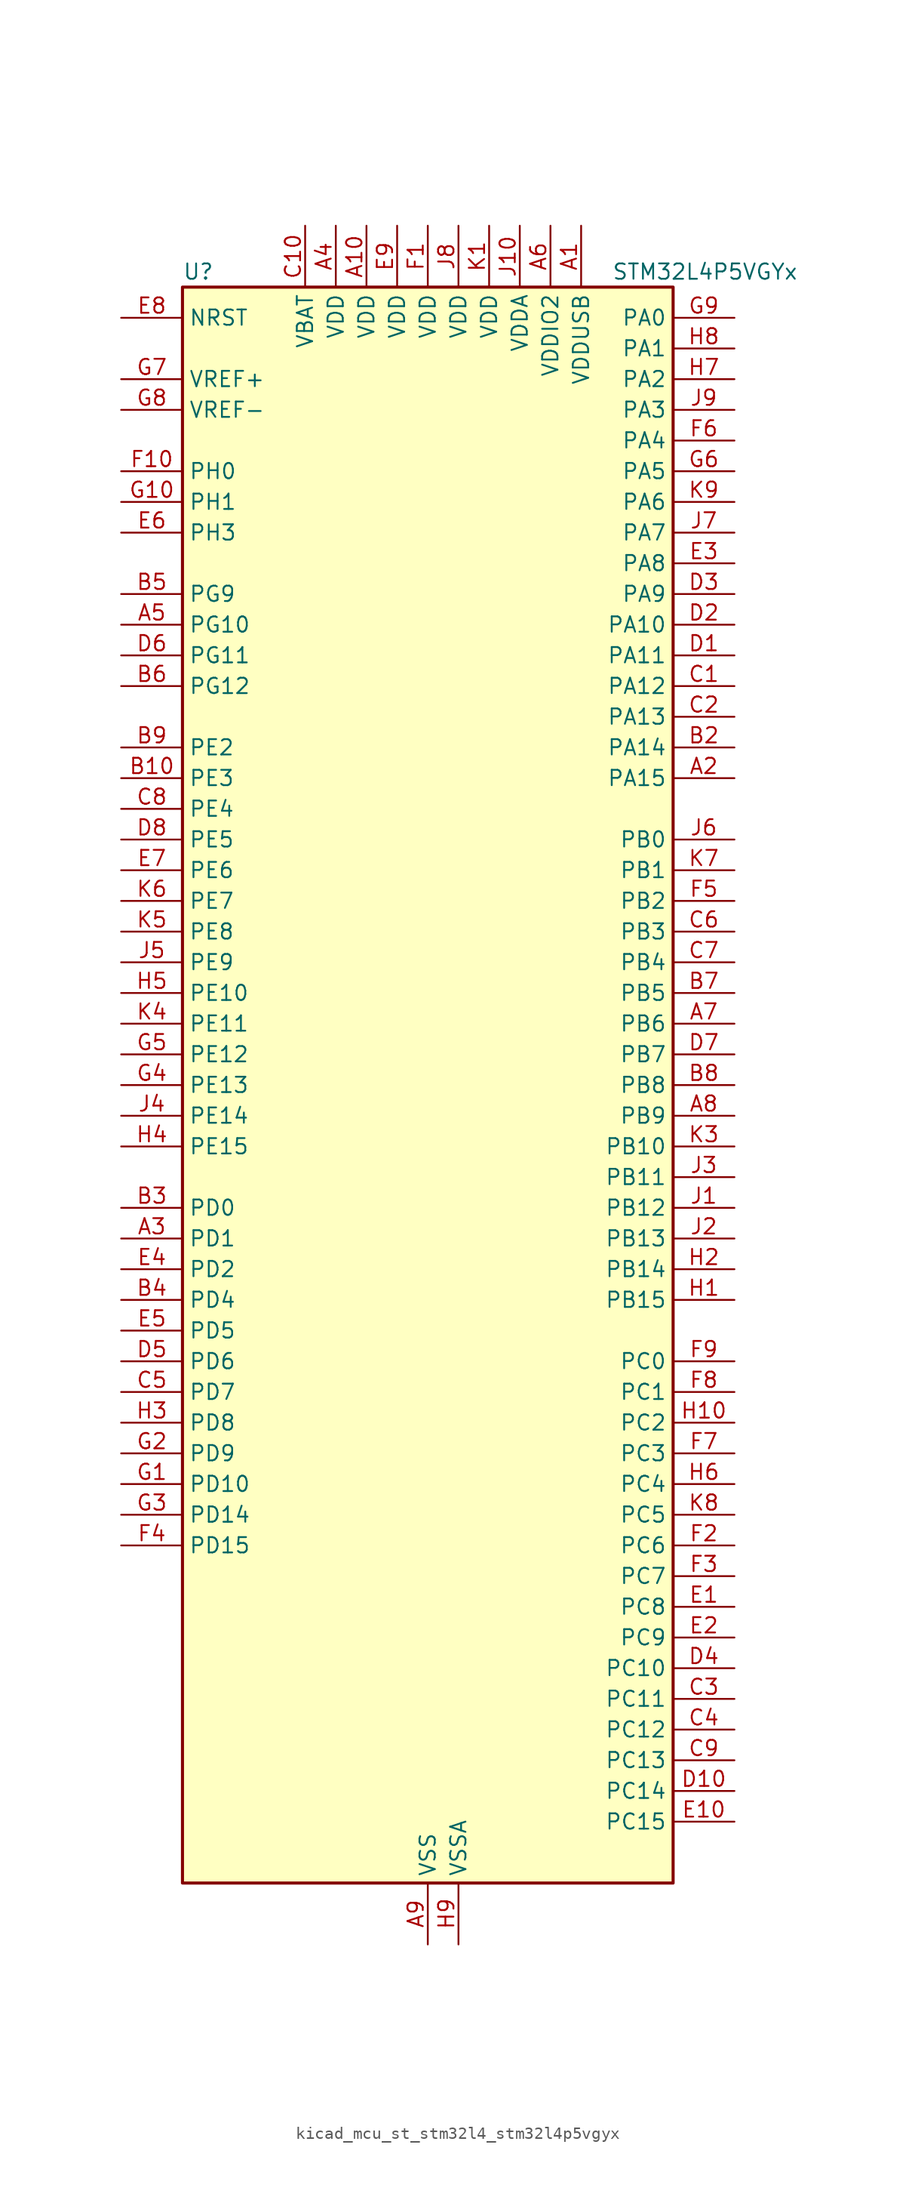
<source format=kicad_sym>
(kicad_symbol_lib
  (version 20220914)
  (generator kicad_symbol_editor)
  (symbol "kicad_mcu_st_stm32l4_stm32l4p5vgyx"
    (property "Reference" "U"
      (at -20.32 67.31 0)
      (effects (font (size 1.27 1.27)) (justify left)))
    (property "Value" "STM32L4P5VGYx"
      (at 15.24 67.31 0)
      (effects (font (size 1.27 1.27)) (justify left)))
    (property "ki_locked" ""
      (at 0 0 0)
      (effects (font (size 1.27 1.27))))
    (symbol "kicad_mcu_st_stm32l4_stm32l4p5vgyx_0_1"
      (rectangle (start -20.32 -66.04) (end 20.32 66.04) (stroke (width 0.254) (type default)) (fill (type background))))
    (symbol "kicad_mcu_st_stm32l4_stm32l4p5vgyx_1_1"
      (pin power_in line (at 12.7 71.12 270) (length 5.08) (name "VDDUSB" (effects (font (size 1.27 1.27)))) (number "A1" (effects (font (size 1.27 1.27)))))
      (pin power_in line (at -5.08 71.12 270) (length 5.08) (name "VDD" (effects (font (size 1.27 1.27)))) (number "A10" (effects (font (size 1.27 1.27)))))
      (pin bidirectional line (at 25.4 25.4 180) (length 5.08) (name "PA15" (effects (font (size 1.27 1.27)))) (number "A2" (effects (font (size 1.27 1.27)))) (alternate "ADC1_EXTI15" bidirectional line) (alternate "ADC2_EXTI15" bidirectional line) (alternate "LTDC_HSYNC" bidirectional line) (alternate "SAI2_FS_B" bidirectional line) (alternate "SPI1_NSS" bidirectional line) (alternate "SPI3_NSS" bidirectional line) (alternate "SYS_JTDI" bidirectional line) (alternate "TIM2_CH1" bidirectional line) (alternate "TIM2_ETR" bidirectional line) (alternate "TSC_G3_IO1" bidirectional line) (alternate "UART4_DE" bidirectional line) (alternate "UART4_RTS" bidirectional line) (alternate "USART2_RX" bidirectional line) (alternate "USART3_DE" bidirectional line) (alternate "USART3_RTS" bidirectional line))
      (pin bidirectional line (at -25.4 -12.7 0) (length 5.08) (name "PD1" (effects (font (size 1.27 1.27)))) (number "A3" (effects (font (size 1.27 1.27)))) (alternate "CAN1_TX" bidirectional line) (alternate "FMC_D3" bidirectional line) (alternate "FMC_DA3" bidirectional line) (alternate "LTDC_B5" bidirectional line) (alternate "SPI2_SCK" bidirectional line))
      (pin power_in line (at -7.62 71.12 270) (length 5.08) (name "VDD" (effects (font (size 1.27 1.27)))) (number "A4" (effects (font (size 1.27 1.27)))))
      (pin bidirectional line (at -25.4 38.1 0) (length 5.08) (name "PG10" (effects (font (size 1.27 1.27)))) (number "A5" (effects (font (size 1.27 1.27)))) (alternate "FMC_NE3" bidirectional line) (alternate "LPTIM1_IN1" bidirectional line) (alternate "OCTOSPIM_P2_IO7" bidirectional line) (alternate "SAI2_FS_A" bidirectional line) (alternate "SDMMC2_D1" bidirectional line) (alternate "SPI3_MISO" bidirectional line) (alternate "TIM15_CH1" bidirectional line) (alternate "USART1_RX" bidirectional line))
      (pin power_in line (at 10.16 71.12 270) (length 5.08) (name "VDDIO2" (effects (font (size 1.27 1.27)))) (number "A6" (effects (font (size 1.27 1.27)))))
      (pin bidirectional line (at 25.4 5.08 180) (length 5.08) (name "PB6" (effects (font (size 1.27 1.27)))) (number "A7" (effects (font (size 1.27 1.27)))) (alternate "COMP2_INP" bidirectional line) (alternate "DCMI_D5" bidirectional line) (alternate "I2C1_SCL" bidirectional line) (alternate "I2C4_SCL" bidirectional line) (alternate "LPTIM1_ETR" bidirectional line) (alternate "LTDC_R6" bidirectional line) (alternate "PSSI_D5" bidirectional line) (alternate "SAI1_FS_B" bidirectional line) (alternate "TIM16_CH1N" bidirectional line) (alternate "TIM4_CH1" bidirectional line) (alternate "TIM8_BKIN2" bidirectional line) (alternate "TSC_G2_IO3" bidirectional line) (alternate "USART1_TX" bidirectional line))
      (pin bidirectional line (at 25.4 -2.54 180) (length 5.08) (name "PB9" (effects (font (size 1.27 1.27)))) (number "A8" (effects (font (size 1.27 1.27)))) (alternate "CAN1_TX" bidirectional line) (alternate "DAC1_EXTI9" bidirectional line) (alternate "DCMI_D7" bidirectional line) (alternate "I2C1_SDA" bidirectional line) (alternate "IR_OUT" bidirectional line) (alternate "PSSI_D7" bidirectional line) (alternate "SAI1_D2" bidirectional line) (alternate "SAI1_FS_A" bidirectional line) (alternate "SDMMC1_CDIR" bidirectional line) (alternate "SDMMC1_D5" bidirectional line) (alternate "SDMMC2_D5" bidirectional line) (alternate "SPI2_NSS" bidirectional line) (alternate "TIM17_CH1" bidirectional line) (alternate "TIM4_CH4" bidirectional line))
      (pin power_in line (at 0 -71.12 90) (length 5.08) (name "VSS" (effects (font (size 1.27 1.27)))) (number "A9" (effects (font (size 1.27 1.27)))))
      (pin passive line (at 0 -71.12 90) (length 5.08) hide (name "VSS" (effects (font (size 1.27 1.27)))) (number "B1" (effects (font (size 1.27 1.27)))))
      (pin bidirectional line (at -25.4 25.4 0) (length 5.08) (name "PE3" (effects (font (size 1.27 1.27)))) (number "B10" (effects (font (size 1.27 1.27)))) (alternate "FMC_A19" bidirectional line) (alternate "LTDC_R6" bidirectional line) (alternate "OCTOSPIM_P1_DQS" bidirectional line) (alternate "SAI1_SD_B" bidirectional line) (alternate "SYS_TRACED0" bidirectional line) (alternate "TIM3_CH1" bidirectional line) (alternate "TSC_G7_IO2" bidirectional line))
      (pin bidirectional line (at 25.4 27.94 180) (length 5.08) (name "PA14" (effects (font (size 1.27 1.27)))) (number "B2" (effects (font (size 1.27 1.27)))) (alternate "I2C1_SMBA" bidirectional line) (alternate "I2C4_SMBA" bidirectional line) (alternate "LPTIM1_OUT" bidirectional line) (alternate "SAI1_FS_B" bidirectional line) (alternate "SYS_JTCK-SWCLK" bidirectional line) (alternate "USB_OTG_FS_SOF" bidirectional line))
      (pin bidirectional line (at -25.4 -10.16 0) (length 5.08) (name "PD0" (effects (font (size 1.27 1.27)))) (number "B3" (effects (font (size 1.27 1.27)))) (alternate "CAN1_RX" bidirectional line) (alternate "FMC_D2" bidirectional line) (alternate "FMC_DA2" bidirectional line) (alternate "LTDC_B4" bidirectional line) (alternate "SPI2_NSS" bidirectional line))
      (pin bidirectional line (at -25.4 -17.78 0) (length 5.08) (name "PD4" (effects (font (size 1.27 1.27)))) (number "B4" (effects (font (size 1.27 1.27)))) (alternate "DFSDM1_CKIN0" bidirectional line) (alternate "FMC_NOE" bidirectional line) (alternate "OCTOSPIM_P1_IO4" bidirectional line) (alternate "SDMMC2_CKIN" bidirectional line) (alternate "SPI2_MOSI" bidirectional line) (alternate "USART2_DE" bidirectional line) (alternate "USART2_RTS" bidirectional line))
      (pin bidirectional line (at -25.4 40.64 0) (length 5.08) (name "PG9" (effects (font (size 1.27 1.27)))) (number "B5" (effects (font (size 1.27 1.27)))) (alternate "DAC1_EXTI9" bidirectional line) (alternate "FMC_NCE" bidirectional line) (alternate "FMC_NE2" bidirectional line) (alternate "OCTOSPIM_P2_IO6" bidirectional line) (alternate "SAI2_SCK_A" bidirectional line) (alternate "SDMMC2_D0" bidirectional line) (alternate "SPI3_SCK" bidirectional line) (alternate "TIM15_CH1N" bidirectional line) (alternate "USART1_TX" bidirectional line))
      (pin bidirectional line (at -25.4 33.02 0) (length 5.08) (name "PG12" (effects (font (size 1.27 1.27)))) (number "B6" (effects (font (size 1.27 1.27)))) (alternate "FMC_NE4" bidirectional line) (alternate "LPTIM1_ETR" bidirectional line) (alternate "OCTOSPIM_P2_NCS" bidirectional line) (alternate "SAI2_SD_A" bidirectional line) (alternate "SDMMC2_D3" bidirectional line) (alternate "SPI3_NSS" bidirectional line) (alternate "USART1_DE" bidirectional line) (alternate "USART1_RTS" bidirectional line))
      (pin bidirectional line (at 25.4 7.62 180) (length 5.08) (name "PB5" (effects (font (size 1.27 1.27)))) (number "B7" (effects (font (size 1.27 1.27)))) (alternate "COMP2_OUT" bidirectional line) (alternate "DCMI_D10" bidirectional line) (alternate "I2C1_SMBA" bidirectional line) (alternate "LPTIM1_IN1" bidirectional line) (alternate "OCTOSPIM_P1_IO0" bidirectional line) (alternate "PSSI_D10" bidirectional line) (alternate "SAI1_SD_B" bidirectional line) (alternate "SPI1_MOSI" bidirectional line) (alternate "SPI3_MOSI" bidirectional line) (alternate "TIM16_BKIN" bidirectional line) (alternate "TIM3_CH2" bidirectional line) (alternate "TSC_G2_IO2" bidirectional line) (alternate "UART5_CTS" bidirectional line) (alternate "USART1_CK" bidirectional line))
      (pin bidirectional line (at 25.4 0 180) (length 5.08) (name "PB8" (effects (font (size 1.27 1.27)))) (number "B8" (effects (font (size 1.27 1.27)))) (alternate "CAN1_RX" bidirectional line) (alternate "DCMI_D6" bidirectional line) (alternate "DFSDM1_CKOUT" bidirectional line) (alternate "I2C1_SCL" bidirectional line) (alternate "LTDC_DE" bidirectional line) (alternate "PSSI_D6" bidirectional line) (alternate "SAI1_CK1" bidirectional line) (alternate "SAI1_MCLK_A" bidirectional line) (alternate "SDMMC1_CKIN" bidirectional line) (alternate "SDMMC1_D4" bidirectional line) (alternate "SDMMC2_D4" bidirectional line) (alternate "TIM16_CH1" bidirectional line) (alternate "TIM4_CH3" bidirectional line))
      (pin bidirectional line (at -25.4 27.94 0) (length 5.08) (name "PE2" (effects (font (size 1.27 1.27)))) (number "B9" (effects (font (size 1.27 1.27)))) (alternate "FMC_A23" bidirectional line) (alternate "LTDC_R7" bidirectional line) (alternate "SAI1_CK1" bidirectional line) (alternate "SAI1_MCLK_A" bidirectional line) (alternate "SYS_TRACECLK" bidirectional line) (alternate "TIM3_ETR" bidirectional line) (alternate "TSC_G7_IO1" bidirectional line))
      (pin bidirectional line (at 25.4 33.02 180) (length 5.08) (name "PA12" (effects (font (size 1.27 1.27)))) (number "C1" (effects (font (size 1.27 1.27)))) (alternate "CAN1_TX" bidirectional line) (alternate "LTDC_VSYNC" bidirectional line) (alternate "OCTOSPIM_P2_NCS" bidirectional line) (alternate "SPI1_MOSI" bidirectional line) (alternate "TIM1_ETR" bidirectional line) (alternate "USART1_DE" bidirectional line) (alternate "USART1_RTS" bidirectional line) (alternate "USB_OTG_FS_DP" bidirectional line))
      (pin power_in line (at -10.16 71.12 270) (length 5.08) (name "VBAT" (effects (font (size 1.27 1.27)))) (number "C10" (effects (font (size 1.27 1.27)))))
      (pin bidirectional line (at 25.4 30.48 180) (length 5.08) (name "PA13" (effects (font (size 1.27 1.27)))) (number "C2" (effects (font (size 1.27 1.27)))) (alternate "IR_OUT" bidirectional line) (alternate "SAI1_SD_B" bidirectional line) (alternate "SYS_JTMS-SWDIO" bidirectional line) (alternate "USB_OTG_FS_NOE" bidirectional line))
      (pin bidirectional line (at 25.4 -50.8 180) (length 5.08) (name "PC11" (effects (font (size 1.27 1.27)))) (number "C3" (effects (font (size 1.27 1.27)))) (alternate "ADC1_EXTI11" bidirectional line) (alternate "ADC2_EXTI11" bidirectional line) (alternate "DCMI_D2" bidirectional line) (alternate "DCMI_D4" bidirectional line) (alternate "OCTOSPIM_P1_NCS" bidirectional line) (alternate "PSSI_D2" bidirectional line) (alternate "PSSI_D4" bidirectional line) (alternate "SAI2_MCLK_B" bidirectional line) (alternate "SDMMC1_D3" bidirectional line) (alternate "SPI3_MISO" bidirectional line) (alternate "TSC_G3_IO3" bidirectional line) (alternate "UART4_RX" bidirectional line) (alternate "USART3_RX" bidirectional line))
      (pin bidirectional line (at 25.4 -53.34 180) (length 5.08) (name "PC12" (effects (font (size 1.27 1.27)))) (number "C4" (effects (font (size 1.27 1.27)))) (alternate "DCMI_D9" bidirectional line) (alternate "LTDC_R6" bidirectional line) (alternate "PSSI_D9" bidirectional line) (alternate "SAI2_SD_B" bidirectional line) (alternate "SDMMC1_CK" bidirectional line) (alternate "SPI3_MOSI" bidirectional line) (alternate "SYS_TRACED3" bidirectional line) (alternate "TSC_G3_IO4" bidirectional line) (alternate "UART5_TX" bidirectional line) (alternate "USART3_CK" bidirectional line))
      (pin bidirectional line (at -25.4 -25.4 0) (length 5.08) (name "PD7" (effects (font (size 1.27 1.27)))) (number "C5" (effects (font (size 1.27 1.27)))) (alternate "DFSDM1_CKIN1" bidirectional line) (alternate "FMC_NCE" bidirectional line) (alternate "FMC_NE1" bidirectional line) (alternate "OCTOSPIM_P1_IO7" bidirectional line) (alternate "SDMMC2_CMD" bidirectional line) (alternate "USART2_CK" bidirectional line))
      (pin bidirectional line (at 25.4 12.7 180) (length 5.08) (name "PB3" (effects (font (size 1.27 1.27)))) (number "C6" (effects (font (size 1.27 1.27)))) (alternate "COMP2_INM" bidirectional line) (alternate "CRS_SYNC" bidirectional line) (alternate "OCTOSPIM_P1_IO4" bidirectional line) (alternate "SAI1_SCK_B" bidirectional line) (alternate "SDMMC2_D2" bidirectional line) (alternate "SPI1_SCK" bidirectional line) (alternate "SPI3_SCK" bidirectional line) (alternate "SYS_JTDO-SWO" bidirectional line) (alternate "TIM2_CH2" bidirectional line) (alternate "USART1_DE" bidirectional line) (alternate "USART1_RTS" bidirectional line))
      (pin bidirectional line (at 25.4 10.16 180) (length 5.08) (name "PB4" (effects (font (size 1.27 1.27)))) (number "C7" (effects (font (size 1.27 1.27)))) (alternate "COMP2_INP" bidirectional line) (alternate "DCMI_D12" bidirectional line) (alternate "I2C3_SDA" bidirectional line) (alternate "OCTOSPIM_P1_IO5" bidirectional line) (alternate "PSSI_D12" bidirectional line) (alternate "SAI1_MCLK_B" bidirectional line) (alternate "SDMMC2_D3" bidirectional line) (alternate "SPI1_MISO" bidirectional line) (alternate "SPI3_MISO" bidirectional line) (alternate "SYS_JTRST" bidirectional line) (alternate "TIM17_BKIN" bidirectional line) (alternate "TIM3_CH1" bidirectional line) (alternate "TSC_G2_IO1" bidirectional line) (alternate "UART5_DE" bidirectional line) (alternate "UART5_RTS" bidirectional line) (alternate "USART1_CTS" bidirectional line) (alternate "USART1_NSS" bidirectional line))
      (pin bidirectional line (at -25.4 22.86 0) (length 5.08) (name "PE4" (effects (font (size 1.27 1.27)))) (number "C8" (effects (font (size 1.27 1.27)))) (alternate "DCMI_D4" bidirectional line) (alternate "DFSDM1_DATIN3" bidirectional line) (alternate "FMC_A20" bidirectional line) (alternate "LTDC_B7" bidirectional line) (alternate "PSSI_D4" bidirectional line) (alternate "SAI1_D2" bidirectional line) (alternate "SAI1_FS_A" bidirectional line) (alternate "SYS_TRACED1" bidirectional line) (alternate "TIM3_CH2" bidirectional line) (alternate "TSC_G7_IO3" bidirectional line))
      (pin bidirectional line (at 25.4 -55.88 180) (length 5.08) (name "PC13" (effects (font (size 1.27 1.27)))) (number "C9" (effects (font (size 1.27 1.27)))) (alternate "RTC_OUT1" bidirectional line) (alternate "RTC_TAMP1" bidirectional line) (alternate "RTC_TS" bidirectional line) (alternate "SYS_WKUP2" bidirectional line))
      (pin bidirectional line (at 25.4 35.56 180) (length 5.08) (name "PA11" (effects (font (size 1.27 1.27)))) (number "D1" (effects (font (size 1.27 1.27)))) (alternate "ADC1_EXTI11" bidirectional line) (alternate "ADC2_EXTI11" bidirectional line) (alternate "CAN1_RX" bidirectional line) (alternate "LTDC_DE" bidirectional line) (alternate "SPI1_MISO" bidirectional line) (alternate "TIM1_BKIN2" bidirectional line) (alternate "TIM1_CH4" bidirectional line) (alternate "USART1_CTS" bidirectional line) (alternate "USART1_NSS" bidirectional line) (alternate "USB_OTG_FS_DM" bidirectional line))
      (pin bidirectional line (at 25.4 -58.42 180) (length 5.08) (name "PC14" (effects (font (size 1.27 1.27)))) (number "D10" (effects (font (size 1.27 1.27)))) (alternate "RCC_OSC32_IN" bidirectional line))
      (pin bidirectional line (at 25.4 38.1 180) (length 5.08) (name "PA10" (effects (font (size 1.27 1.27)))) (number "D2" (effects (font (size 1.27 1.27)))) (alternate "DCMI_D1" bidirectional line) (alternate "LTDC_G6" bidirectional line) (alternate "PSSI_D1" bidirectional line) (alternate "SAI1_D1" bidirectional line) (alternate "SAI1_SD_A" bidirectional line) (alternate "TIM17_BKIN" bidirectional line) (alternate "TIM1_CH3" bidirectional line) (alternate "USART1_RX" bidirectional line) (alternate "USB_OTG_FS_ID" bidirectional line))
      (pin bidirectional line (at 25.4 40.64 180) (length 5.08) (name "PA9" (effects (font (size 1.27 1.27)))) (number "D3" (effects (font (size 1.27 1.27)))) (alternate "DAC1_EXTI9" bidirectional line) (alternate "DCMI_D0" bidirectional line) (alternate "LTDC_G7" bidirectional line) (alternate "PSSI_D0" bidirectional line) (alternate "SAI1_FS_A" bidirectional line) (alternate "SPI2_SCK" bidirectional line) (alternate "TIM15_BKIN" bidirectional line) (alternate "TIM1_CH2" bidirectional line) (alternate "USART1_TX" bidirectional line) (alternate "USB_OTG_FS_VBUS" bidirectional line))
      (pin bidirectional line (at 25.4 -48.26 180) (length 5.08) (name "PC10" (effects (font (size 1.27 1.27)))) (number "D4" (effects (font (size 1.27 1.27)))) (alternate "DCMI_D8" bidirectional line) (alternate "DCMI_VSYNC" bidirectional line) (alternate "PSSI_D8" bidirectional line) (alternate "PSSI_RDY" bidirectional line) (alternate "SAI2_SCK_B" bidirectional line) (alternate "SDMMC1_D2" bidirectional line) (alternate "SPI3_SCK" bidirectional line) (alternate "SYS_TRACED1" bidirectional line) (alternate "TSC_G3_IO2" bidirectional line) (alternate "UART4_TX" bidirectional line) (alternate "USART3_TX" bidirectional line))
      (pin bidirectional line (at -25.4 -22.86 0) (length 5.08) (name "PD6" (effects (font (size 1.27 1.27)))) (number "D5" (effects (font (size 1.27 1.27)))) (alternate "DCMI_D10" bidirectional line) (alternate "DFSDM1_DATIN1" bidirectional line) (alternate "FMC_NWAIT" bidirectional line) (alternate "LTDC_DE" bidirectional line) (alternate "OCTOSPIM_P1_IO6" bidirectional line) (alternate "PSSI_D10" bidirectional line) (alternate "SAI1_D1" bidirectional line) (alternate "SAI1_SD_A" bidirectional line) (alternate "SDMMC2_CK" bidirectional line) (alternate "SPI3_MOSI" bidirectional line) (alternate "USART2_RX" bidirectional line))
      (pin bidirectional line (at -25.4 35.56 0) (length 5.08) (name "PG11" (effects (font (size 1.27 1.27)))) (number "D6" (effects (font (size 1.27 1.27)))) (alternate "ADC1_EXTI11" bidirectional line) (alternate "ADC2_EXTI11" bidirectional line) (alternate "LPTIM1_IN2" bidirectional line) (alternate "OCTOSPIM_P1_IO5" bidirectional line) (alternate "SAI2_MCLK_A" bidirectional line) (alternate "SDMMC2_D2" bidirectional line) (alternate "SPI3_MOSI" bidirectional line) (alternate "TIM15_CH2" bidirectional line) (alternate "USART1_CTS" bidirectional line) (alternate "USART1_NSS" bidirectional line))
      (pin bidirectional line (at 25.4 2.54 180) (length 5.08) (name "PB7" (effects (font (size 1.27 1.27)))) (number "D7" (effects (font (size 1.27 1.27)))) (alternate "COMP2_INM" bidirectional line) (alternate "DCMI_VSYNC" bidirectional line) (alternate "FMC_NL" bidirectional line) (alternate "I2C1_SDA" bidirectional line) (alternate "I2C4_SDA" bidirectional line) (alternate "LPTIM1_IN2" bidirectional line) (alternate "LTDC_VSYNC" bidirectional line) (alternate "PSSI_RDY" bidirectional line) (alternate "SYS_PVD_IN" bidirectional line) (alternate "TIM17_CH1N" bidirectional line) (alternate "TIM4_CH2" bidirectional line) (alternate "TIM8_BKIN" bidirectional line) (alternate "TSC_G2_IO4" bidirectional line) (alternate "UART4_CTS" bidirectional line) (alternate "USART1_RX" bidirectional line))
      (pin bidirectional line (at -25.4 20.32 0) (length 5.08) (name "PE5" (effects (font (size 1.27 1.27)))) (number "D8" (effects (font (size 1.27 1.27)))) (alternate "DCMI_D6" bidirectional line) (alternate "DFSDM1_CKIN3" bidirectional line) (alternate "FMC_A21" bidirectional line) (alternate "LTDC_G7" bidirectional line) (alternate "PSSI_D6" bidirectional line) (alternate "SAI1_CK2" bidirectional line) (alternate "SAI1_SCK_A" bidirectional line) (alternate "SYS_TRACED2" bidirectional line) (alternate "TIM3_CH3" bidirectional line) (alternate "TSC_G7_IO4" bidirectional line))
      (pin passive line (at 0 -71.12 90) (length 5.08) hide (name "VSS" (effects (font (size 1.27 1.27)))) (number "D9" (effects (font (size 1.27 1.27)))))
      (pin bidirectional line (at 25.4 -43.18 180) (length 5.08) (name "PC8" (effects (font (size 1.27 1.27)))) (number "E1" (effects (font (size 1.27 1.27)))) (alternate "DCMI_D2" bidirectional line) (alternate "PSSI_D2" bidirectional line) (alternate "SDMMC1_D0" bidirectional line) (alternate "TIM3_CH3" bidirectional line) (alternate "TIM8_CH3" bidirectional line) (alternate "TSC_G4_IO3" bidirectional line))
      (pin bidirectional line (at 25.4 -60.96 180) (length 5.08) (name "PC15" (effects (font (size 1.27 1.27)))) (number "E10" (effects (font (size 1.27 1.27)))) (alternate "ADC1_EXTI15" bidirectional line) (alternate "ADC2_EXTI15" bidirectional line) (alternate "RCC_OSC32_OUT" bidirectional line))
      (pin bidirectional line (at 25.4 -45.72 180) (length 5.08) (name "PC9" (effects (font (size 1.27 1.27)))) (number "E2" (effects (font (size 1.27 1.27)))) (alternate "DAC1_EXTI9" bidirectional line) (alternate "DCMI_D3" bidirectional line) (alternate "I2C3_SDA" bidirectional line) (alternate "PSSI_D3" bidirectional line) (alternate "SAI2_EXTCLK" bidirectional line) (alternate "SDMMC1_D1" bidirectional line) (alternate "SYS_TRACED0" bidirectional line) (alternate "TIM3_CH4" bidirectional line) (alternate "TIM8_BKIN2" bidirectional line) (alternate "TIM8_CH4" bidirectional line) (alternate "TSC_G4_IO4" bidirectional line) (alternate "USB_OTG_FS_NOE" bidirectional line))
      (pin bidirectional line (at 25.4 43.18 180) (length 5.08) (name "PA8" (effects (font (size 1.27 1.27)))) (number "E3" (effects (font (size 1.27 1.27)))) (alternate "LPTIM2_OUT" bidirectional line) (alternate "LTDC_B7" bidirectional line) (alternate "RCC_MCO" bidirectional line) (alternate "SAI1_CK2" bidirectional line) (alternate "SAI1_SCK_A" bidirectional line) (alternate "TIM1_CH1" bidirectional line) (alternate "USART1_CK" bidirectional line) (alternate "USB_OTG_FS_SOF" bidirectional line))
      (pin bidirectional line (at -25.4 -15.24 0) (length 5.08) (name "PD2" (effects (font (size 1.27 1.27)))) (number "E4" (effects (font (size 1.27 1.27)))) (alternate "DCMI_D11" bidirectional line) (alternate "PSSI_D11" bidirectional line) (alternate "SDMMC1_CMD" bidirectional line) (alternate "SYS_TRACED2" bidirectional line) (alternate "TIM3_ETR" bidirectional line) (alternate "TSC_SYNC" bidirectional line) (alternate "UART5_RX" bidirectional line) (alternate "USART3_DE" bidirectional line) (alternate "USART3_RTS" bidirectional line))
      (pin bidirectional line (at -25.4 -20.32 0) (length 5.08) (name "PD5" (effects (font (size 1.27 1.27)))) (number "E5" (effects (font (size 1.27 1.27)))) (alternate "FMC_NWE" bidirectional line) (alternate "OCTOSPIM_P1_IO5" bidirectional line) (alternate "USART2_TX" bidirectional line))
      (pin bidirectional line (at -25.4 45.72 0) (length 5.08) (name "PH3" (effects (font (size 1.27 1.27)))) (number "E6" (effects (font (size 1.27 1.27)))))
      (pin bidirectional line (at -25.4 17.78 0) (length 5.08) (name "PE6" (effects (font (size 1.27 1.27)))) (number "E7" (effects (font (size 1.27 1.27)))) (alternate "DCMI_D7" bidirectional line) (alternate "FMC_A22" bidirectional line) (alternate "LTDC_G6" bidirectional line) (alternate "PSSI_D7" bidirectional line) (alternate "RTC_TAMP3" bidirectional line) (alternate "SAI1_D1" bidirectional line) (alternate "SAI1_SD_A" bidirectional line) (alternate "SYS_TRACED3" bidirectional line) (alternate "SYS_WKUP3" bidirectional line) (alternate "TIM3_CH4" bidirectional line))
      (pin input line (at -25.4 63.5 0) (length 5.08) (name "NRST" (effects (font (size 1.27 1.27)))) (number "E8" (effects (font (size 1.27 1.27)))))
      (pin power_in line (at -2.54 71.12 270) (length 5.08) (name "VDD" (effects (font (size 1.27 1.27)))) (number "E9" (effects (font (size 1.27 1.27)))))
      (pin power_in line (at 0 71.12 270) (length 5.08) (name "VDD" (effects (font (size 1.27 1.27)))) (number "F1" (effects (font (size 1.27 1.27)))))
      (pin bidirectional line (at -25.4 50.8 0) (length 5.08) (name "PH0" (effects (font (size 1.27 1.27)))) (number "F10" (effects (font (size 1.27 1.27)))) (alternate "RCC_OSC_IN" bidirectional line))
      (pin bidirectional line (at 25.4 -38.1 180) (length 5.08) (name "PC6" (effects (font (size 1.27 1.27)))) (number "F2" (effects (font (size 1.27 1.27)))) (alternate "DCMI_D0" bidirectional line) (alternate "DFSDM1_CKIN3" bidirectional line) (alternate "LTDC_G7" bidirectional line) (alternate "PSSI_D0" bidirectional line) (alternate "SAI2_MCLK_A" bidirectional line) (alternate "SDMMC1_D0DIR" bidirectional line) (alternate "SDMMC1_D6" bidirectional line) (alternate "SDMMC2_D6" bidirectional line) (alternate "TIM3_CH1" bidirectional line) (alternate "TIM8_CH1" bidirectional line) (alternate "TSC_G4_IO1" bidirectional line))
      (pin bidirectional line (at 25.4 -40.64 180) (length 5.08) (name "PC7" (effects (font (size 1.27 1.27)))) (number "F3" (effects (font (size 1.27 1.27)))) (alternate "DCMI_D1" bidirectional line) (alternate "DFSDM1_DATIN3" bidirectional line) (alternate "LTDC_B6" bidirectional line) (alternate "PSSI_D1" bidirectional line) (alternate "SAI2_MCLK_B" bidirectional line) (alternate "SDMMC1_D123DIR" bidirectional line) (alternate "SDMMC1_D7" bidirectional line) (alternate "SDMMC2_D7" bidirectional line) (alternate "TIM3_CH2" bidirectional line) (alternate "TIM8_CH2" bidirectional line) (alternate "TSC_G4_IO2" bidirectional line))
      (pin bidirectional line (at -25.4 -38.1 0) (length 5.08) (name "PD15" (effects (font (size 1.27 1.27)))) (number "F4" (effects (font (size 1.27 1.27)))) (alternate "ADC1_EXTI15" bidirectional line) (alternate "ADC2_EXTI15" bidirectional line) (alternate "FMC_D1" bidirectional line) (alternate "FMC_DA1" bidirectional line) (alternate "LTDC_B3" bidirectional line) (alternate "TIM4_CH4" bidirectional line))
      (pin bidirectional line (at 25.4 15.24 180) (length 5.08) (name "PB2" (effects (font (size 1.27 1.27)))) (number "F5" (effects (font (size 1.27 1.27)))) (alternate "COMP1_INP" bidirectional line) (alternate "DFSDM1_CKIN0" bidirectional line) (alternate "I2C3_SMBA" bidirectional line) (alternate "LPTIM1_OUT" bidirectional line) (alternate "OCTOSPIM_P1_DQS" bidirectional line) (alternate "RTC_OUT2" bidirectional line))
      (pin bidirectional line (at 25.4 53.34 180) (length 5.08) (name "PA4" (effects (font (size 1.27 1.27)))) (number "F6" (effects (font (size 1.27 1.27)))) (alternate "ADC1_IN9" bidirectional line) (alternate "ADC2_IN9" bidirectional line) (alternate "DAC1_OUT1" bidirectional line) (alternate "DCMI_HSYNC" bidirectional line) (alternate "LPTIM2_OUT" bidirectional line) (alternate "LTDC_CLK" bidirectional line) (alternate "OCTOSPIM_P1_NCS" bidirectional line) (alternate "PSSI_DE" bidirectional line) (alternate "SAI1_FS_B" bidirectional line) (alternate "SPI1_NSS" bidirectional line) (alternate "SPI3_NSS" bidirectional line) (alternate "USART2_CK" bidirectional line))
      (pin bidirectional line (at 25.4 -30.48 180) (length 5.08) (name "PC3" (effects (font (size 1.27 1.27)))) (number "F7" (effects (font (size 1.27 1.27)))) (alternate "ADC1_IN4" bidirectional line) (alternate "ADC2_IN4" bidirectional line) (alternate "LPTIM1_ETR" bidirectional line) (alternate "LPTIM2_ETR" bidirectional line) (alternate "OCTOSPIM_P1_IO6" bidirectional line) (alternate "SAI1_D1" bidirectional line) (alternate "SAI1_SD_A" bidirectional line) (alternate "SPI2_MOSI" bidirectional line))
      (pin bidirectional line (at 25.4 -25.4 180) (length 5.08) (name "PC1" (effects (font (size 1.27 1.27)))) (number "F8" (effects (font (size 1.27 1.27)))) (alternate "ADC1_IN2" bidirectional line) (alternate "ADC2_IN2" bidirectional line) (alternate "I2C3_SDA" bidirectional line) (alternate "LPTIM1_OUT" bidirectional line) (alternate "LPUART1_TX" bidirectional line) (alternate "OCTOSPIM_P1_IO4" bidirectional line) (alternate "SAI1_SD_A" bidirectional line) (alternate "SPI2_MOSI" bidirectional line) (alternate "SYS_TRACED0" bidirectional line))
      (pin bidirectional line (at 25.4 -22.86 180) (length 5.08) (name "PC0" (effects (font (size 1.27 1.27)))) (number "F9" (effects (font (size 1.27 1.27)))) (alternate "ADC1_IN1" bidirectional line) (alternate "ADC2_IN1" bidirectional line) (alternate "I2C3_SCL" bidirectional line) (alternate "LPTIM1_IN1" bidirectional line) (alternate "LPTIM2_IN1" bidirectional line) (alternate "LPUART1_RX" bidirectional line) (alternate "LTDC_DE" bidirectional line) (alternate "SAI2_FS_A" bidirectional line) (alternate "SDMMC1_CMD" bidirectional line) (alternate "SDMMC2_CKIN" bidirectional line))
      (pin bidirectional line (at -25.4 -33.02 0) (length 5.08) (name "PD10" (effects (font (size 1.27 1.27)))) (number "G1" (effects (font (size 1.27 1.27)))) (alternate "FMC_D15" bidirectional line) (alternate "FMC_DA15" bidirectional line) (alternate "LTDC_R5" bidirectional line) (alternate "SAI2_SCK_A" bidirectional line) (alternate "USART3_CK" bidirectional line))
      (pin bidirectional line (at -25.4 48.26 0) (length 5.08) (name "PH1" (effects (font (size 1.27 1.27)))) (number "G10" (effects (font (size 1.27 1.27)))) (alternate "RCC_OSC_OUT" bidirectional line))
      (pin bidirectional line (at -25.4 -30.48 0) (length 5.08) (name "PD9" (effects (font (size 1.27 1.27)))) (number "G2" (effects (font (size 1.27 1.27)))) (alternate "DAC1_EXTI9" bidirectional line) (alternate "DCMI_PIXCLK" bidirectional line) (alternate "FMC_D14" bidirectional line) (alternate "FMC_DA14" bidirectional line) (alternate "LTDC_R4" bidirectional line) (alternate "PSSI_PDCK" bidirectional line) (alternate "SAI2_MCLK_A" bidirectional line) (alternate "USART3_RX" bidirectional line))
      (pin bidirectional line (at -25.4 -35.56 0) (length 5.08) (name "PD14" (effects (font (size 1.27 1.27)))) (number "G3" (effects (font (size 1.27 1.27)))) (alternate "FMC_D0" bidirectional line) (alternate "FMC_DA0" bidirectional line) (alternate "LTDC_B2" bidirectional line) (alternate "TIM4_CH3" bidirectional line))
      (pin bidirectional line (at -25.4 0 0) (length 5.08) (name "PE13" (effects (font (size 1.27 1.27)))) (number "G4" (effects (font (size 1.27 1.27)))) (alternate "FMC_D10" bidirectional line) (alternate "FMC_DA10" bidirectional line) (alternate "LTDC_G6" bidirectional line) (alternate "OCTOSPIM_P1_IO1" bidirectional line) (alternate "SPI1_SCK" bidirectional line) (alternate "TIM1_CH3" bidirectional line) (alternate "TSC_G5_IO4" bidirectional line))
      (pin bidirectional line (at -25.4 2.54 0) (length 5.08) (name "PE12" (effects (font (size 1.27 1.27)))) (number "G5" (effects (font (size 1.27 1.27)))) (alternate "FMC_D9" bidirectional line) (alternate "FMC_DA9" bidirectional line) (alternate "LTDC_G5" bidirectional line) (alternate "OCTOSPIM_P1_IO0" bidirectional line) (alternate "SPI1_NSS" bidirectional line) (alternate "TIM1_CH3N" bidirectional line) (alternate "TSC_G5_IO3" bidirectional line))
      (pin bidirectional line (at 25.4 50.8 180) (length 5.08) (name "PA5" (effects (font (size 1.27 1.27)))) (number "G6" (effects (font (size 1.27 1.27)))) (alternate "ADC1_IN10" bidirectional line) (alternate "ADC2_IN10" bidirectional line) (alternate "DAC1_OUT2" bidirectional line) (alternate "LPTIM2_ETR" bidirectional line) (alternate "LTDC_R7" bidirectional line) (alternate "PSSI_D14" bidirectional line) (alternate "SPI1_SCK" bidirectional line) (alternate "TIM2_CH1" bidirectional line) (alternate "TIM2_ETR" bidirectional line) (alternate "TIM8_CH1N" bidirectional line))
      (pin input line (at -25.4 58.42 0) (length 5.08) (name "VREF+" (effects (font (size 1.27 1.27)))) (number "G7" (effects (font (size 1.27 1.27)))) (alternate "VREFBUF_OUT" bidirectional line))
      (pin input line (at -25.4 55.88 0) (length 5.08) (name "VREF-" (effects (font (size 1.27 1.27)))) (number "G8" (effects (font (size 1.27 1.27)))))
      (pin bidirectional line (at 25.4 63.5 180) (length 5.08) (name "PA0" (effects (font (size 1.27 1.27)))) (number "G9" (effects (font (size 1.27 1.27)))) (alternate "ADC1_IN5" bidirectional line) (alternate "ADC2_IN5" bidirectional line) (alternate "OPAMP1_VINP" bidirectional line) (alternate "RTC_TAMP2" bidirectional line) (alternate "SAI1_EXTCLK" bidirectional line) (alternate "SYS_WKUP1" bidirectional line) (alternate "TIM2_CH1" bidirectional line) (alternate "TIM2_ETR" bidirectional line) (alternate "TIM5_CH1" bidirectional line) (alternate "TIM8_ETR" bidirectional line) (alternate "UART4_TX" bidirectional line) (alternate "USART2_CTS" bidirectional line) (alternate "USART2_NSS" bidirectional line))
      (pin bidirectional line (at 25.4 -17.78 180) (length 5.08) (name "PB15" (effects (font (size 1.27 1.27)))) (number "H1" (effects (font (size 1.27 1.27)))) (alternate "ADC1_EXTI15" bidirectional line) (alternate "ADC2_EXTI15" bidirectional line) (alternate "DFSDM1_CKIN2" bidirectional line) (alternate "OCTOSPIM_P1_IO7" bidirectional line) (alternate "RTC_REFIN" bidirectional line) (alternate "SAI2_SD_A" bidirectional line) (alternate "SDMMC2_D1" bidirectional line) (alternate "SPI2_MOSI" bidirectional line) (alternate "TIM15_CH2" bidirectional line) (alternate "TIM1_CH3N" bidirectional line) (alternate "TIM8_CH3N" bidirectional line) (alternate "TSC_G1_IO4" bidirectional line))
      (pin bidirectional line (at 25.4 -27.94 180) (length 5.08) (name "PC2" (effects (font (size 1.27 1.27)))) (number "H10" (effects (font (size 1.27 1.27)))) (alternate "ADC1_IN3" bidirectional line) (alternate "ADC2_IN3" bidirectional line) (alternate "DFSDM1_CKOUT" bidirectional line) (alternate "LPTIM1_IN2" bidirectional line) (alternate "LTDC_HSYNC" bidirectional line) (alternate "OCTOSPIM_P1_IO5" bidirectional line) (alternate "SPI2_MISO" bidirectional line))
      (pin bidirectional line (at 25.4 -15.24 180) (length 5.08) (name "PB14" (effects (font (size 1.27 1.27)))) (number "H2" (effects (font (size 1.27 1.27)))) (alternate "DFSDM1_DATIN2" bidirectional line) (alternate "I2C2_SDA" bidirectional line) (alternate "OCTOSPIM_P1_IO6" bidirectional line) (alternate "SAI2_MCLK_A" bidirectional line) (alternate "SDMMC2_D0" bidirectional line) (alternate "SPI2_MISO" bidirectional line) (alternate "TIM15_CH1" bidirectional line) (alternate "TIM1_CH2N" bidirectional line) (alternate "TIM8_CH2N" bidirectional line) (alternate "TSC_G1_IO3" bidirectional line) (alternate "USART3_DE" bidirectional line) (alternate "USART3_RTS" bidirectional line))
      (pin bidirectional line (at -25.4 -27.94 0) (length 5.08) (name "PD8" (effects (font (size 1.27 1.27)))) (number "H3" (effects (font (size 1.27 1.27)))) (alternate "DCMI_HSYNC" bidirectional line) (alternate "FMC_D13" bidirectional line) (alternate "FMC_DA13" bidirectional line) (alternate "LTDC_R3" bidirectional line) (alternate "PSSI_DE" bidirectional line) (alternate "USART3_TX" bidirectional line))
      (pin bidirectional line (at -25.4 -5.08 0) (length 5.08) (name "PE15" (effects (font (size 1.27 1.27)))) (number "H4" (effects (font (size 1.27 1.27)))) (alternate "ADC1_EXTI15" bidirectional line) (alternate "ADC2_EXTI15" bidirectional line) (alternate "FMC_D12" bidirectional line) (alternate "FMC_DA12" bidirectional line) (alternate "LTDC_R2" bidirectional line) (alternate "OCTOSPIM_P1_IO3" bidirectional line) (alternate "SPI1_MOSI" bidirectional line) (alternate "TIM1_BKIN" bidirectional line))
      (pin bidirectional line (at -25.4 7.62 0) (length 5.08) (name "PE10" (effects (font (size 1.27 1.27)))) (number "H5" (effects (font (size 1.27 1.27)))) (alternate "FMC_D7" bidirectional line) (alternate "FMC_DA7" bidirectional line) (alternate "LTDC_G3" bidirectional line) (alternate "OCTOSPIM_P1_CLK" bidirectional line) (alternate "SAI1_MCLK_B" bidirectional line) (alternate "TIM1_CH2N" bidirectional line) (alternate "TSC_G5_IO1" bidirectional line))
      (pin bidirectional line (at 25.4 -33.02 180) (length 5.08) (name "PC4" (effects (font (size 1.27 1.27)))) (number "H6" (effects (font (size 1.27 1.27)))) (alternate "ADC1_IN13" bidirectional line) (alternate "ADC2_IN13" bidirectional line) (alternate "COMP1_INM" bidirectional line) (alternate "OCTOSPIM_P1_IO7" bidirectional line) (alternate "OCTOSPIM_P2_NCS" bidirectional line) (alternate "USART3_TX" bidirectional line))
      (pin bidirectional line (at 25.4 58.42 180) (length 5.08) (name "PA2" (effects (font (size 1.27 1.27)))) (number "H7" (effects (font (size 1.27 1.27)))) (alternate "ADC1_IN7" bidirectional line) (alternate "ADC2_IN7" bidirectional line) (alternate "LPUART1_TX" bidirectional line) (alternate "OCTOSPIM_P1_NCS" bidirectional line) (alternate "RCC_LSCO" bidirectional line) (alternate "SAI2_EXTCLK" bidirectional line) (alternate "SYS_WKUP4" bidirectional line) (alternate "TIM15_CH1" bidirectional line) (alternate "TIM2_CH3" bidirectional line) (alternate "TIM5_CH3" bidirectional line) (alternate "USART2_TX" bidirectional line))
      (pin bidirectional line (at 25.4 60.96 180) (length 5.08) (name "PA1" (effects (font (size 1.27 1.27)))) (number "H8" (effects (font (size 1.27 1.27)))) (alternate "ADC1_IN6" bidirectional line) (alternate "ADC2_IN6" bidirectional line) (alternate "I2C1_SMBA" bidirectional line) (alternate "OCTOSPIM_P1_DQS" bidirectional line) (alternate "OPAMP1_VINM" bidirectional line) (alternate "SDMMC2_CMD" bidirectional line) (alternate "SPI1_SCK" bidirectional line) (alternate "TIM15_CH1N" bidirectional line) (alternate "TIM2_CH2" bidirectional line) (alternate "TIM5_CH2" bidirectional line) (alternate "UART4_RX" bidirectional line) (alternate "USART2_DE" bidirectional line) (alternate "USART2_RTS" bidirectional line))
      (pin power_in line (at 2.54 -71.12 90) (length 5.08) (name "VSSA" (effects (font (size 1.27 1.27)))) (number "H9" (effects (font (size 1.27 1.27)))))
      (pin bidirectional line (at 25.4 -10.16 180) (length 5.08) (name "PB12" (effects (font (size 1.27 1.27)))) (number "J1" (effects (font (size 1.27 1.27)))) (alternate "DFSDM1_DATIN1" bidirectional line) (alternate "I2C2_SMBA" bidirectional line) (alternate "LPUART1_DE" bidirectional line) (alternate "LPUART1_RTS" bidirectional line) (alternate "OCTOSPIM_P1_NCLK" bidirectional line) (alternate "SAI2_FS_A" bidirectional line) (alternate "SDMMC2_CK" bidirectional line) (alternate "SPI2_NSS" bidirectional line) (alternate "TIM15_BKIN" bidirectional line) (alternate "TIM1_BKIN" bidirectional line) (alternate "TSC_G1_IO1" bidirectional line) (alternate "USART3_CK" bidirectional line))
      (pin power_in line (at 7.62 71.12 270) (length 5.08) (name "VDDA" (effects (font (size 1.27 1.27)))) (number "J10" (effects (font (size 1.27 1.27)))))
      (pin bidirectional line (at 25.4 -12.7 180) (length 5.08) (name "PB13" (effects (font (size 1.27 1.27)))) (number "J2" (effects (font (size 1.27 1.27)))) (alternate "DFSDM1_CKIN1" bidirectional line) (alternate "I2C2_SCL" bidirectional line) (alternate "LPUART1_CTS" bidirectional line) (alternate "OCTOSPIM_P1_IO1" bidirectional line) (alternate "SAI2_SCK_A" bidirectional line) (alternate "SPI2_SCK" bidirectional line) (alternate "TIM15_CH1N" bidirectional line) (alternate "TIM1_CH1N" bidirectional line) (alternate "TSC_G1_IO2" bidirectional line) (alternate "USART3_CTS" bidirectional line) (alternate "USART3_NSS" bidirectional line))
      (pin bidirectional line (at 25.4 -7.62 180) (length 5.08) (name "PB11" (effects (font (size 1.27 1.27)))) (number "J3" (effects (font (size 1.27 1.27)))) (alternate "ADC1_EXTI11" bidirectional line) (alternate "ADC2_EXTI11" bidirectional line) (alternate "COMP2_OUT" bidirectional line) (alternate "I2C2_SDA" bidirectional line) (alternate "I2C4_SDA" bidirectional line) (alternate "LPUART1_TX" bidirectional line) (alternate "LTDC_VSYNC" bidirectional line) (alternate "OCTOSPIM_P1_NCS" bidirectional line) (alternate "TIM2_CH4" bidirectional line) (alternate "USART3_RX" bidirectional line))
      (pin bidirectional line (at -25.4 -2.54 0) (length 5.08) (name "PE14" (effects (font (size 1.27 1.27)))) (number "J4" (effects (font (size 1.27 1.27)))) (alternate "FMC_D11" bidirectional line) (alternate "FMC_DA11" bidirectional line) (alternate "LTDC_G7" bidirectional line) (alternate "OCTOSPIM_P1_IO2" bidirectional line) (alternate "SPI1_MISO" bidirectional line) (alternate "TIM1_BKIN2" bidirectional line) (alternate "TIM1_CH4" bidirectional line))
      (pin bidirectional line (at -25.4 10.16 0) (length 5.08) (name "PE9" (effects (font (size 1.27 1.27)))) (number "J5" (effects (font (size 1.27 1.27)))) (alternate "DAC1_EXTI9" bidirectional line) (alternate "DFSDM1_CKOUT" bidirectional line) (alternate "FMC_D6" bidirectional line) (alternate "FMC_DA6" bidirectional line) (alternate "LTDC_G2" bidirectional line) (alternate "OCTOSPIM_P1_NCLK" bidirectional line) (alternate "SAI1_FS_B" bidirectional line) (alternate "TIM1_CH1" bidirectional line))
      (pin bidirectional line (at 25.4 20.32 180) (length 5.08) (name "PB0" (effects (font (size 1.27 1.27)))) (number "J6" (effects (font (size 1.27 1.27)))) (alternate "ADC1_IN15" bidirectional line) (alternate "ADC2_IN15" bidirectional line) (alternate "COMP1_OUT" bidirectional line) (alternate "LTDC_B6" bidirectional line) (alternate "OCTOSPIM_P1_IO1" bidirectional line) (alternate "OPAMP2_VOUT" bidirectional line) (alternate "SAI1_EXTCLK" bidirectional line) (alternate "SPI1_NSS" bidirectional line) (alternate "TIM1_CH2N" bidirectional line) (alternate "TIM3_CH3" bidirectional line) (alternate "TIM8_CH2N" bidirectional line) (alternate "USART3_CK" bidirectional line))
      (pin bidirectional line (at 25.4 45.72 180) (length 5.08) (name "PA7" (effects (font (size 1.27 1.27)))) (number "J7" (effects (font (size 1.27 1.27)))) (alternate "ADC1_IN12" bidirectional line) (alternate "ADC2_IN12" bidirectional line) (alternate "I2C3_SCL" bidirectional line) (alternate "OCTOSPIM_P1_IO2" bidirectional line) (alternate "OPAMP2_VINM" bidirectional line) (alternate "SPI1_MOSI" bidirectional line) (alternate "TIM17_CH1" bidirectional line) (alternate "TIM1_CH1N" bidirectional line) (alternate "TIM3_CH2" bidirectional line) (alternate "TIM8_CH1N" bidirectional line))
      (pin power_in line (at 2.54 71.12 270) (length 5.08) (name "VDD" (effects (font (size 1.27 1.27)))) (number "J8" (effects (font (size 1.27 1.27)))))
      (pin bidirectional line (at 25.4 55.88 180) (length 5.08) (name "PA3" (effects (font (size 1.27 1.27)))) (number "J9" (effects (font (size 1.27 1.27)))) (alternate "ADC1_IN8" bidirectional line) (alternate "ADC2_IN8" bidirectional line) (alternate "LPUART1_RX" bidirectional line) (alternate "OCTOSPIM_P1_CLK" bidirectional line) (alternate "OPAMP1_VOUT" bidirectional line) (alternate "SAI1_CK1" bidirectional line) (alternate "SAI1_MCLK_A" bidirectional line) (alternate "TIM15_CH2" bidirectional line) (alternate "TIM2_CH4" bidirectional line) (alternate "TIM5_CH4" bidirectional line) (alternate "USART2_RX" bidirectional line))
      (pin power_in line (at 5.08 71.12 270) (length 5.08) (name "VDD" (effects (font (size 1.27 1.27)))) (number "K1" (effects (font (size 1.27 1.27)))))
      (pin passive line (at 0 -71.12 90) (length 5.08) hide (name "VSS" (effects (font (size 1.27 1.27)))) (number "K10" (effects (font (size 1.27 1.27)))))
      (pin passive line (at 0 -71.12 90) (length 5.08) hide (name "VSS" (effects (font (size 1.27 1.27)))) (number "K2" (effects (font (size 1.27 1.27)))))
      (pin bidirectional line (at 25.4 -5.08 180) (length 5.08) (name "PB10" (effects (font (size 1.27 1.27)))) (number "K3" (effects (font (size 1.27 1.27)))) (alternate "COMP1_OUT" bidirectional line) (alternate "I2C2_SCL" bidirectional line) (alternate "I2C4_SCL" bidirectional line) (alternate "LPUART1_RX" bidirectional line) (alternate "OCTOSPIM_P1_CLK" bidirectional line) (alternate "OCTOSPIM_P1_IO3" bidirectional line) (alternate "SAI1_SCK_A" bidirectional line) (alternate "SPI2_SCK" bidirectional line) (alternate "TIM2_CH3" bidirectional line) (alternate "TSC_SYNC" bidirectional line) (alternate "USART3_TX" bidirectional line))
      (pin bidirectional line (at -25.4 5.08 0) (length 5.08) (name "PE11" (effects (font (size 1.27 1.27)))) (number "K4" (effects (font (size 1.27 1.27)))) (alternate "ADC1_EXTI11" bidirectional line) (alternate "ADC2_EXTI11" bidirectional line) (alternate "FMC_D8" bidirectional line) (alternate "FMC_DA8" bidirectional line) (alternate "LTDC_G4" bidirectional line) (alternate "OCTOSPIM_P1_NCS" bidirectional line) (alternate "TIM1_CH2" bidirectional line) (alternate "TSC_G5_IO2" bidirectional line))
      (pin bidirectional line (at -25.4 12.7 0) (length 5.08) (name "PE8" (effects (font (size 1.27 1.27)))) (number "K5" (effects (font (size 1.27 1.27)))) (alternate "DFSDM1_CKIN2" bidirectional line) (alternate "FMC_D5" bidirectional line) (alternate "FMC_DA5" bidirectional line) (alternate "LTDC_B7" bidirectional line) (alternate "SAI1_SCK_B" bidirectional line) (alternate "TIM1_CH1N" bidirectional line))
      (pin bidirectional line (at -25.4 15.24 0) (length 5.08) (name "PE7" (effects (font (size 1.27 1.27)))) (number "K6" (effects (font (size 1.27 1.27)))) (alternate "DFSDM1_DATIN2" bidirectional line) (alternate "FMC_D4" bidirectional line) (alternate "FMC_DA4" bidirectional line) (alternate "LTDC_B6" bidirectional line) (alternate "SAI1_SD_B" bidirectional line) (alternate "TIM1_ETR" bidirectional line))
      (pin bidirectional line (at 25.4 17.78 180) (length 5.08) (name "PB1" (effects (font (size 1.27 1.27)))) (number "K7" (effects (font (size 1.27 1.27)))) (alternate "ADC1_IN16" bidirectional line) (alternate "ADC2_IN16" bidirectional line) (alternate "COMP1_INM" bidirectional line) (alternate "DFSDM1_DATIN0" bidirectional line) (alternate "LPTIM2_IN1" bidirectional line) (alternate "LPUART1_DE" bidirectional line) (alternate "LPUART1_RTS" bidirectional line) (alternate "LTDC_G6" bidirectional line) (alternate "OCTOSPIM_P1_IO0" bidirectional line) (alternate "TIM1_CH3N" bidirectional line) (alternate "TIM3_CH4" bidirectional line) (alternate "TIM8_CH3N" bidirectional line) (alternate "USART3_DE" bidirectional line) (alternate "USART3_RTS" bidirectional line))
      (pin bidirectional line (at 25.4 -35.56 180) (length 5.08) (name "PC5" (effects (font (size 1.27 1.27)))) (number "K8" (effects (font (size 1.27 1.27)))) (alternate "ADC1_IN14" bidirectional line) (alternate "ADC2_IN14" bidirectional line) (alternate "COMP1_INP" bidirectional line) (alternate "LTDC_CLK" bidirectional line) (alternate "PSSI_D15" bidirectional line) (alternate "SAI1_D3" bidirectional line) (alternate "SYS_WKUP5" bidirectional line) (alternate "USART3_RX" bidirectional line))
      (pin bidirectional line (at 25.4 48.26 180) (length 5.08) (name "PA6" (effects (font (size 1.27 1.27)))) (number "K9" (effects (font (size 1.27 1.27)))) (alternate "ADC1_IN11" bidirectional line) (alternate "ADC2_IN11" bidirectional line) (alternate "DCMI_PIXCLK" bidirectional line) (alternate "LPUART1_CTS" bidirectional line) (alternate "OCTOSPIM_P1_IO3" bidirectional line) (alternate "OPAMP2_VINP" bidirectional line) (alternate "PSSI_PDCK" bidirectional line) (alternate "SPI1_MISO" bidirectional line) (alternate "TIM16_CH1" bidirectional line) (alternate "TIM1_BKIN" bidirectional line) (alternate "TIM3_CH1" bidirectional line) (alternate "TIM8_BKIN" bidirectional line) (alternate "USART3_CTS" bidirectional line) (alternate "USART3_NSS" bidirectional line)))))
</source>
